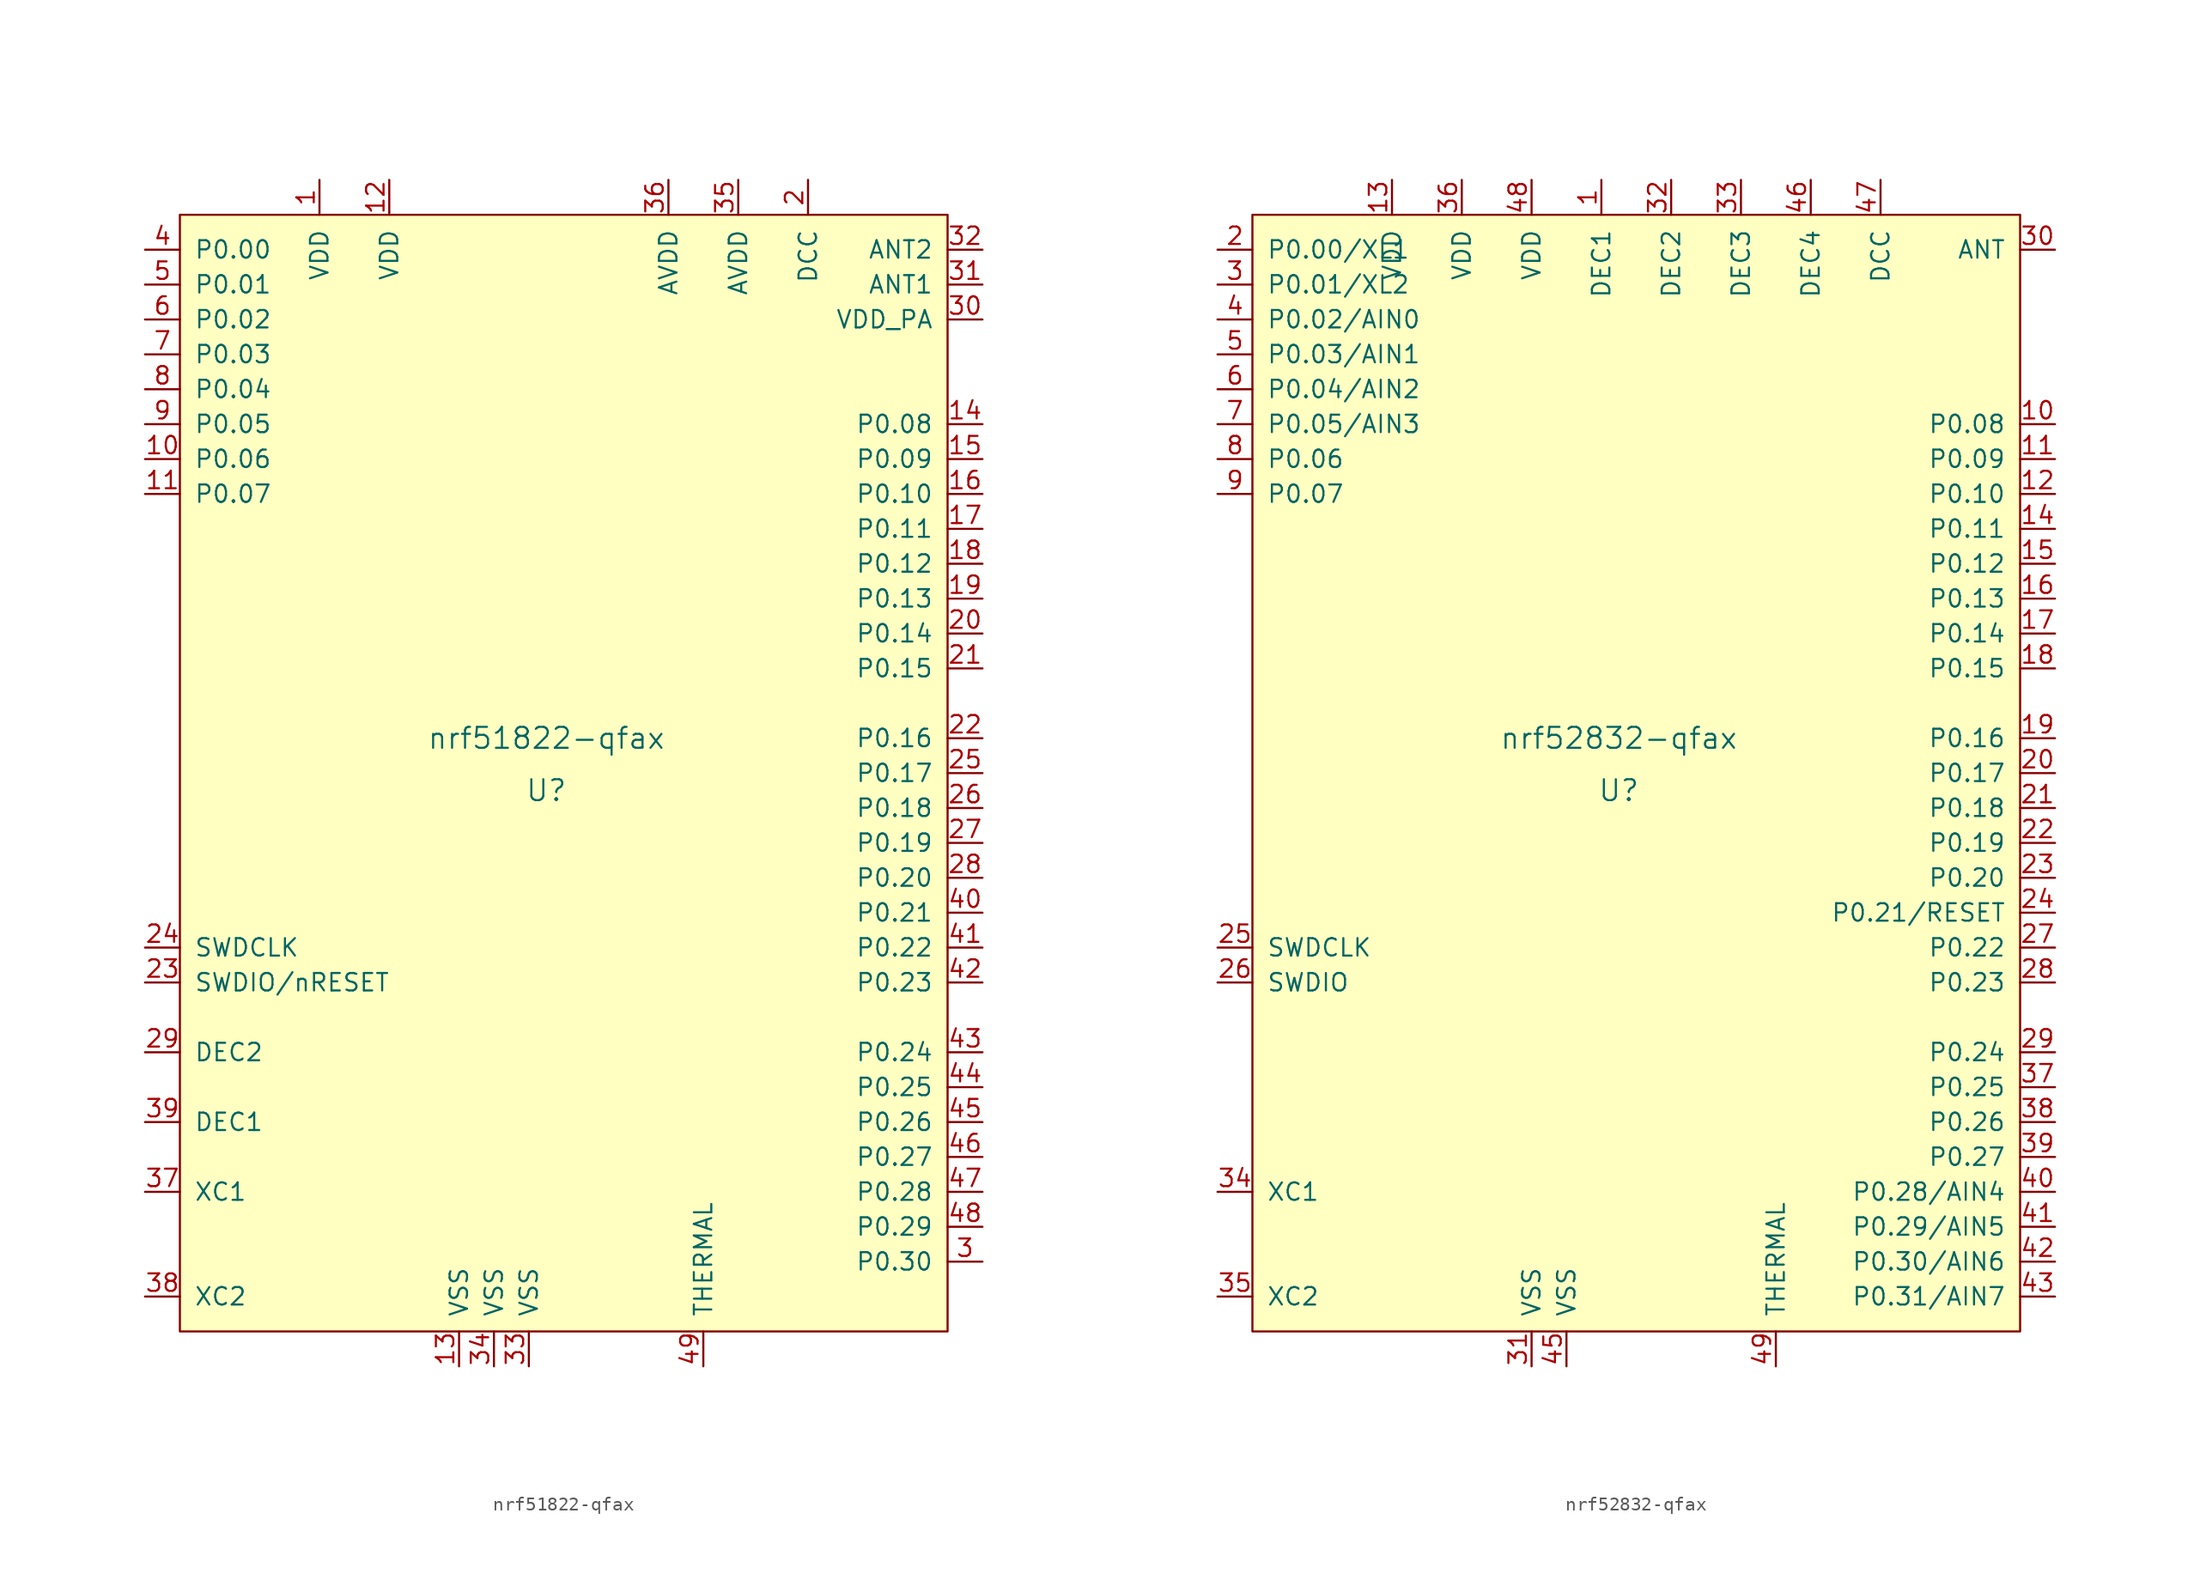
<source format=kicad_sym>
(kicad_symbol_lib
  (version 20211014)
  (generator kicad_symbol_editor)
  (symbol "nrf51822-qfax"
    (pin_names
      (offset 1.016))
    (property "Reference" "U"
      (at -1.27 -1.27 0)
      (effects (font (size 1.524 1.524))))
    (property "Value" "nrf51822-qfax"
      (at -1.27 2.54 0)
      (effects (font (size 1.524 1.524))))
    (property "Footprint" ""
      (at -2.54 8.89 0)
      (effects (font (size 1.524 1.524))))
    (property "Datasheet" ""
      (at -2.54 8.89 0)
      (effects (font (size 1.524 1.524))))
    (symbol "nrf51822-qfax_0_1"
      (rectangle (start -27.94 40.64) (end 27.94 -40.64) (stroke (width 0) (type default) (color 0 0 0 0)) (fill (type background))))
    (symbol "nrf51822-qfax_1_1"
      (pin power_in line (at -17.78 43.18 270) (length 2.54) (name "VDD" (effects (font (size 1.27 1.27)))) (number "1" (effects (font (size 1.27 1.27)))))
      (pin bidirectional line (at -30.48 22.86 0) (length 2.54) (name "P0.06" (effects (font (size 1.27 1.27)))) (number "10" (effects (font (size 1.27 1.27)))))
      (pin bidirectional line (at -30.48 20.32 0) (length 2.54) (name "P0.07" (effects (font (size 1.27 1.27)))) (number "11" (effects (font (size 1.27 1.27)))))
      (pin power_in line (at -12.7 43.18 270) (length 2.54) (name "VDD" (effects (font (size 1.27 1.27)))) (number "12" (effects (font (size 1.27 1.27)))))
      (pin power_in line (at -7.62 -43.18 90) (length 2.54) (name "VSS" (effects (font (size 1.27 1.27)))) (number "13" (effects (font (size 1.27 1.27)))))
      (pin bidirectional line (at 30.48 25.4 180) (length 2.54) (name "P0.08" (effects (font (size 1.27 1.27)))) (number "14" (effects (font (size 1.27 1.27)))))
      (pin bidirectional line (at 30.48 22.86 180) (length 2.54) (name "P0.09" (effects (font (size 1.27 1.27)))) (number "15" (effects (font (size 1.27 1.27)))))
      (pin bidirectional line (at 30.48 20.32 180) (length 2.54) (name "P0.10" (effects (font (size 1.27 1.27)))) (number "16" (effects (font (size 1.27 1.27)))))
      (pin bidirectional line (at 30.48 17.78 180) (length 2.54) (name "P0.11" (effects (font (size 1.27 1.27)))) (number "17" (effects (font (size 1.27 1.27)))))
      (pin bidirectional line (at 30.48 15.24 180) (length 2.54) (name "P0.12" (effects (font (size 1.27 1.27)))) (number "18" (effects (font (size 1.27 1.27)))))
      (pin bidirectional line (at 30.48 12.7 180) (length 2.54) (name "P0.13" (effects (font (size 1.27 1.27)))) (number "19" (effects (font (size 1.27 1.27)))))
      (pin power_in line (at 17.78 43.18 270) (length 2.54) (name "DCC" (effects (font (size 1.27 1.27)))) (number "2" (effects (font (size 1.27 1.27)))))
      (pin bidirectional line (at 30.48 10.16 180) (length 2.54) (name "P0.14" (effects (font (size 1.27 1.27)))) (number "20" (effects (font (size 1.27 1.27)))))
      (pin bidirectional line (at 30.48 7.62 180) (length 2.54) (name "P0.15" (effects (font (size 1.27 1.27)))) (number "21" (effects (font (size 1.27 1.27)))))
      (pin bidirectional line (at 30.48 2.54 180) (length 2.54) (name "P0.16" (effects (font (size 1.27 1.27)))) (number "22" (effects (font (size 1.27 1.27)))))
      (pin input line (at -30.48 -15.24 0) (length 2.54) (name "SWDIO/nRESET" (effects (font (size 1.27 1.27)))) (number "23" (effects (font (size 1.27 1.27)))))
      (pin input line (at -30.48 -12.7 0) (length 2.54) (name "SWDCLK" (effects (font (size 1.27 1.27)))) (number "24" (effects (font (size 1.27 1.27)))))
      (pin bidirectional line (at 30.48 0 180) (length 2.54) (name "P0.17" (effects (font (size 1.27 1.27)))) (number "25" (effects (font (size 1.27 1.27)))))
      (pin bidirectional line (at 30.48 -2.54 180) (length 2.54) (name "P0.18" (effects (font (size 1.27 1.27)))) (number "26" (effects (font (size 1.27 1.27)))))
      (pin bidirectional line (at 30.48 -5.08 180) (length 2.54) (name "P0.19" (effects (font (size 1.27 1.27)))) (number "27" (effects (font (size 1.27 1.27)))))
      (pin bidirectional line (at 30.48 -7.62 180) (length 2.54) (name "P0.20" (effects (font (size 1.27 1.27)))) (number "28" (effects (font (size 1.27 1.27)))))
      (pin power_in line (at -30.48 -20.32 0) (length 2.54) (name "DEC2" (effects (font (size 1.27 1.27)))) (number "29" (effects (font (size 1.27 1.27)))))
      (pin bidirectional line (at 30.48 -35.56 180) (length 2.54) (name "P0.30" (effects (font (size 1.27 1.27)))) (number "3" (effects (font (size 1.27 1.27)))))
      (pin power_out line (at 30.48 33.02 180) (length 2.54) (name "VDD_PA" (effects (font (size 1.27 1.27)))) (number "30" (effects (font (size 1.27 1.27)))))
      (pin bidirectional line (at 30.48 35.56 180) (length 2.54) (name "ANT1" (effects (font (size 1.27 1.27)))) (number "31" (effects (font (size 1.27 1.27)))))
      (pin bidirectional line (at 30.48 38.1 180) (length 2.54) (name "ANT2" (effects (font (size 1.27 1.27)))) (number "32" (effects (font (size 1.27 1.27)))))
      (pin power_in line (at -2.54 -43.18 90) (length 2.54) (name "VSS" (effects (font (size 1.27 1.27)))) (number "33" (effects (font (size 1.27 1.27)))))
      (pin power_in line (at -5.08 -43.18 90) (length 2.54) (name "VSS" (effects (font (size 1.27 1.27)))) (number "34" (effects (font (size 1.27 1.27)))))
      (pin power_in line (at 12.7 43.18 270) (length 2.54) (name "AVDD" (effects (font (size 1.27 1.27)))) (number "35" (effects (font (size 1.27 1.27)))))
      (pin power_in line (at 7.62 43.18 270) (length 2.54) (name "AVDD" (effects (font (size 1.27 1.27)))) (number "36" (effects (font (size 1.27 1.27)))))
      (pin input line (at -30.48 -30.48 0) (length 2.54) (name "XC1" (effects (font (size 1.27 1.27)))) (number "37" (effects (font (size 1.27 1.27)))))
      (pin output line (at -30.48 -38.1 0) (length 2.54) (name "XC2" (effects (font (size 1.27 1.27)))) (number "38" (effects (font (size 1.27 1.27)))))
      (pin power_in line (at -30.48 -25.4 0) (length 2.54) (name "DEC1" (effects (font (size 1.27 1.27)))) (number "39" (effects (font (size 1.27 1.27)))))
      (pin bidirectional line (at -30.48 38.1 0) (length 2.54) (name "P0.00" (effects (font (size 1.27 1.27)))) (number "4" (effects (font (size 1.27 1.27)))))
      (pin bidirectional line (at 30.48 -10.16 180) (length 2.54) (name "P0.21" (effects (font (size 1.27 1.27)))) (number "40" (effects (font (size 1.27 1.27)))))
      (pin bidirectional line (at 30.48 -12.7 180) (length 2.54) (name "P0.22" (effects (font (size 1.27 1.27)))) (number "41" (effects (font (size 1.27 1.27)))))
      (pin bidirectional line (at 30.48 -15.24 180) (length 2.54) (name "P0.23" (effects (font (size 1.27 1.27)))) (number "42" (effects (font (size 1.27 1.27)))))
      (pin bidirectional line (at 30.48 -20.32 180) (length 2.54) (name "P0.24" (effects (font (size 1.27 1.27)))) (number "43" (effects (font (size 1.27 1.27)))))
      (pin bidirectional line (at 30.48 -22.86 180) (length 2.54) (name "P0.25" (effects (font (size 1.27 1.27)))) (number "44" (effects (font (size 1.27 1.27)))))
      (pin bidirectional line (at 30.48 -25.4 180) (length 2.54) (name "P0.26" (effects (font (size 1.27 1.27)))) (number "45" (effects (font (size 1.27 1.27)))))
      (pin bidirectional line (at 30.48 -27.94 180) (length 2.54) (name "P0.27" (effects (font (size 1.27 1.27)))) (number "46" (effects (font (size 1.27 1.27)))))
      (pin bidirectional line (at 30.48 -30.48 180) (length 2.54) (name "P0.28" (effects (font (size 1.27 1.27)))) (number "47" (effects (font (size 1.27 1.27)))))
      (pin bidirectional line (at 30.48 -33.02 180) (length 2.54) (name "P0.29" (effects (font (size 1.27 1.27)))) (number "48" (effects (font (size 1.27 1.27)))))
      (pin power_in line (at 10.16 -43.18 90) (length 2.54) (name "THERMAL" (effects (font (size 1.27 1.27)))) (number "49" (effects (font (size 1.27 1.27)))))
      (pin bidirectional line (at -30.48 35.56 0) (length 2.54) (name "P0.01" (effects (font (size 1.27 1.27)))) (number "5" (effects (font (size 1.27 1.27)))))
      (pin bidirectional line (at -30.48 33.02 0) (length 2.54) (name "P0.02" (effects (font (size 1.27 1.27)))) (number "6" (effects (font (size 1.27 1.27)))))
      (pin bidirectional line (at -30.48 30.48 0) (length 2.54) (name "P0.03" (effects (font (size 1.27 1.27)))) (number "7" (effects (font (size 1.27 1.27)))))
      (pin bidirectional line (at -30.48 27.94 0) (length 2.54) (name "P0.04" (effects (font (size 1.27 1.27)))) (number "8" (effects (font (size 1.27 1.27)))))
      (pin bidirectional line (at -30.48 25.4 0) (length 2.54) (name "P0.05" (effects (font (size 1.27 1.27)))) (number "9" (effects (font (size 1.27 1.27)))))))
  (symbol "nrf52832-qfax"
    (pin_names
      (offset 1.016))
    (property "Reference" "U"
      (at -1.27 -1.27 0)
      (effects (font (size 1.524 1.524))))
    (property "Value" "nrf52832-qfax"
      (at -1.27 2.54 0)
      (effects (font (size 1.524 1.524))))
    (property "Footprint" ""
      (at -2.54 8.89 0)
      (effects (font (size 1.524 1.524))))
    (property "Datasheet" ""
      (at -2.54 8.89 0)
      (effects (font (size 1.524 1.524))))
    (symbol "nrf52832-qfax_0_1"
      (rectangle (start -27.94 40.64) (end 27.94 -40.64) (stroke (width 0) (type default) (color 0 0 0 0)) (fill (type background))))
    (symbol "nrf52832-qfax_1_1"
      (pin power_in line (at -2.54 43.18 270) (length 2.54) (name "DEC1" (effects (font (size 1.27 1.27)))) (number "1" (effects (font (size 1.27 1.27)))))
      (pin bidirectional line (at 30.48 25.4 180) (length 2.54) (name "P0.08" (effects (font (size 1.27 1.27)))) (number "10" (effects (font (size 1.27 1.27)))))
      (pin bidirectional line (at 30.48 22.86 180) (length 2.54) (name "P0.09" (effects (font (size 1.27 1.27)))) (number "11" (effects (font (size 1.27 1.27)))))
      (pin bidirectional line (at 30.48 20.32 180) (length 2.54) (name "P0.10" (effects (font (size 1.27 1.27)))) (number "12" (effects (font (size 1.27 1.27)))))
      (pin power_in line (at -17.78 43.18 270) (length 2.54) (name "VDD" (effects (font (size 1.27 1.27)))) (number "13" (effects (font (size 1.27 1.27)))))
      (pin bidirectional line (at 30.48 17.78 180) (length 2.54) (name "P0.11" (effects (font (size 1.27 1.27)))) (number "14" (effects (font (size 1.27 1.27)))))
      (pin bidirectional line (at 30.48 15.24 180) (length 2.54) (name "P0.12" (effects (font (size 1.27 1.27)))) (number "15" (effects (font (size 1.27 1.27)))))
      (pin bidirectional line (at 30.48 12.7 180) (length 2.54) (name "P0.13" (effects (font (size 1.27 1.27)))) (number "16" (effects (font (size 1.27 1.27)))))
      (pin bidirectional line (at 30.48 10.16 180) (length 2.54) (name "P0.14" (effects (font (size 1.27 1.27)))) (number "17" (effects (font (size 1.27 1.27)))))
      (pin bidirectional line (at 30.48 7.62 180) (length 2.54) (name "P0.15" (effects (font (size 1.27 1.27)))) (number "18" (effects (font (size 1.27 1.27)))))
      (pin bidirectional line (at 30.48 2.54 180) (length 2.54) (name "P0.16" (effects (font (size 1.27 1.27)))) (number "19" (effects (font (size 1.27 1.27)))))
      (pin bidirectional line (at -30.48 38.1 0) (length 2.54) (name "P0.00/XL1" (effects (font (size 1.27 1.27)))) (number "2" (effects (font (size 1.27 1.27)))))
      (pin bidirectional line (at 30.48 0 180) (length 2.54) (name "P0.17" (effects (font (size 1.27 1.27)))) (number "20" (effects (font (size 1.27 1.27)))))
      (pin bidirectional line (at 30.48 -2.54 180) (length 2.54) (name "P0.18" (effects (font (size 1.27 1.27)))) (number "21" (effects (font (size 1.27 1.27)))))
      (pin bidirectional line (at 30.48 -5.08 180) (length 2.54) (name "P0.19" (effects (font (size 1.27 1.27)))) (number "22" (effects (font (size 1.27 1.27)))))
      (pin bidirectional line (at 30.48 -7.62 180) (length 2.54) (name "P0.20" (effects (font (size 1.27 1.27)))) (number "23" (effects (font (size 1.27 1.27)))))
      (pin bidirectional line (at 30.48 -10.16 180) (length 2.54) (name "P0.21/RESET" (effects (font (size 1.27 1.27)))) (number "24" (effects (font (size 1.27 1.27)))))
      (pin input line (at -30.48 -12.7 0) (length 2.54) (name "SWDCLK" (effects (font (size 1.27 1.27)))) (number "25" (effects (font (size 1.27 1.27)))))
      (pin input line (at -30.48 -15.24 0) (length 2.54) (name "SWDIO" (effects (font (size 1.27 1.27)))) (number "26" (effects (font (size 1.27 1.27)))))
      (pin bidirectional line (at 30.48 -12.7 180) (length 2.54) (name "P0.22" (effects (font (size 1.27 1.27)))) (number "27" (effects (font (size 1.27 1.27)))))
      (pin bidirectional line (at 30.48 -15.24 180) (length 2.54) (name "P0.23" (effects (font (size 1.27 1.27)))) (number "28" (effects (font (size 1.27 1.27)))))
      (pin bidirectional line (at 30.48 -20.32 180) (length 2.54) (name "P0.24" (effects (font (size 1.27 1.27)))) (number "29" (effects (font (size 1.27 1.27)))))
      (pin bidirectional line (at -30.48 35.56 0) (length 2.54) (name "P0.01/XL2" (effects (font (size 1.27 1.27)))) (number "3" (effects (font (size 1.27 1.27)))))
      (pin bidirectional line (at 30.48 38.1 180) (length 2.54) (name "ANT" (effects (font (size 1.27 1.27)))) (number "30" (effects (font (size 1.27 1.27)))))
      (pin power_in line (at -7.62 -43.18 90) (length 2.54) (name "VSS" (effects (font (size 1.27 1.27)))) (number "31" (effects (font (size 1.27 1.27)))))
      (pin power_in line (at 2.54 43.18 270) (length 2.54) (name "DEC2" (effects (font (size 1.27 1.27)))) (number "32" (effects (font (size 1.27 1.27)))))
      (pin power_in line (at 7.62 43.18 270) (length 2.54) (name "DEC3" (effects (font (size 1.27 1.27)))) (number "33" (effects (font (size 1.27 1.27)))))
      (pin input line (at -30.48 -30.48 0) (length 2.54) (name "XC1" (effects (font (size 1.27 1.27)))) (number "34" (effects (font (size 1.27 1.27)))))
      (pin output line (at -30.48 -38.1 0) (length 2.54) (name "XC2" (effects (font (size 1.27 1.27)))) (number "35" (effects (font (size 1.27 1.27)))))
      (pin power_in line (at -12.7 43.18 270) (length 2.54) (name "VDD" (effects (font (size 1.27 1.27)))) (number "36" (effects (font (size 1.27 1.27)))))
      (pin bidirectional line (at 30.48 -22.86 180) (length 2.54) (name "P0.25" (effects (font (size 1.27 1.27)))) (number "37" (effects (font (size 1.27 1.27)))))
      (pin bidirectional line (at 30.48 -25.4 180) (length 2.54) (name "P0.26" (effects (font (size 1.27 1.27)))) (number "38" (effects (font (size 1.27 1.27)))))
      (pin bidirectional line (at 30.48 -27.94 180) (length 2.54) (name "P0.27" (effects (font (size 1.27 1.27)))) (number "39" (effects (font (size 1.27 1.27)))))
      (pin bidirectional line (at -30.48 33.02 0) (length 2.54) (name "P0.02/AIN0" (effects (font (size 1.27 1.27)))) (number "4" (effects (font (size 1.27 1.27)))))
      (pin bidirectional line (at 30.48 -30.48 180) (length 2.54) (name "P0.28/AIN4" (effects (font (size 1.27 1.27)))) (number "40" (effects (font (size 1.27 1.27)))))
      (pin bidirectional line (at 30.48 -33.02 180) (length 2.54) (name "P0.29/AIN5" (effects (font (size 1.27 1.27)))) (number "41" (effects (font (size 1.27 1.27)))))
      (pin bidirectional line (at 30.48 -35.56 180) (length 2.54) (name "P0.30/AIN6" (effects (font (size 1.27 1.27)))) (number "42" (effects (font (size 1.27 1.27)))))
      (pin bidirectional line (at 30.48 -38.1 180) (length 2.54) (name "P0.31/AIN7" (effects (font (size 1.27 1.27)))) (number "43" (effects (font (size 1.27 1.27)))))
      (pin power_in line (at -16.51 -43.18 90) (length 2.54) hide (name "NC" (effects (font (size 1.27 1.27)))) (number "44" (effects (font (size 1.27 1.27)))))
      (pin power_in line (at -5.08 -43.18 90) (length 2.54) (name "VSS" (effects (font (size 1.27 1.27)))) (number "45" (effects (font (size 1.27 1.27)))))
      (pin power_in line (at 12.7 43.18 270) (length 2.54) (name "DEC4" (effects (font (size 1.27 1.27)))) (number "46" (effects (font (size 1.27 1.27)))))
      (pin power_in line (at 17.78 43.18 270) (length 2.54) (name "DCC" (effects (font (size 1.27 1.27)))) (number "47" (effects (font (size 1.27 1.27)))))
      (pin power_in line (at -7.62 43.18 270) (length 2.54) (name "VDD" (effects (font (size 1.27 1.27)))) (number "48" (effects (font (size 1.27 1.27)))))
      (pin power_in line (at 10.16 -43.18 90) (length 2.54) (name "THERMAL" (effects (font (size 1.27 1.27)))) (number "49" (effects (font (size 1.27 1.27)))))
      (pin bidirectional line (at -30.48 30.48 0) (length 2.54) (name "P0.03/AIN1" (effects (font (size 1.27 1.27)))) (number "5" (effects (font (size 1.27 1.27)))))
      (pin bidirectional line (at -30.48 27.94 0) (length 2.54) (name "P0.04/AIN2" (effects (font (size 1.27 1.27)))) (number "6" (effects (font (size 1.27 1.27)))))
      (pin bidirectional line (at -30.48 25.4 0) (length 2.54) (name "P0.05/AIN3" (effects (font (size 1.27 1.27)))) (number "7" (effects (font (size 1.27 1.27)))))
      (pin bidirectional line (at -30.48 22.86 0) (length 2.54) (name "P0.06" (effects (font (size 1.27 1.27)))) (number "8" (effects (font (size 1.27 1.27)))))
      (pin bidirectional line (at -30.48 20.32 0) (length 2.54) (name "P0.07" (effects (font (size 1.27 1.27)))) (number "9" (effects (font (size 1.27 1.27))))))))
</source>
